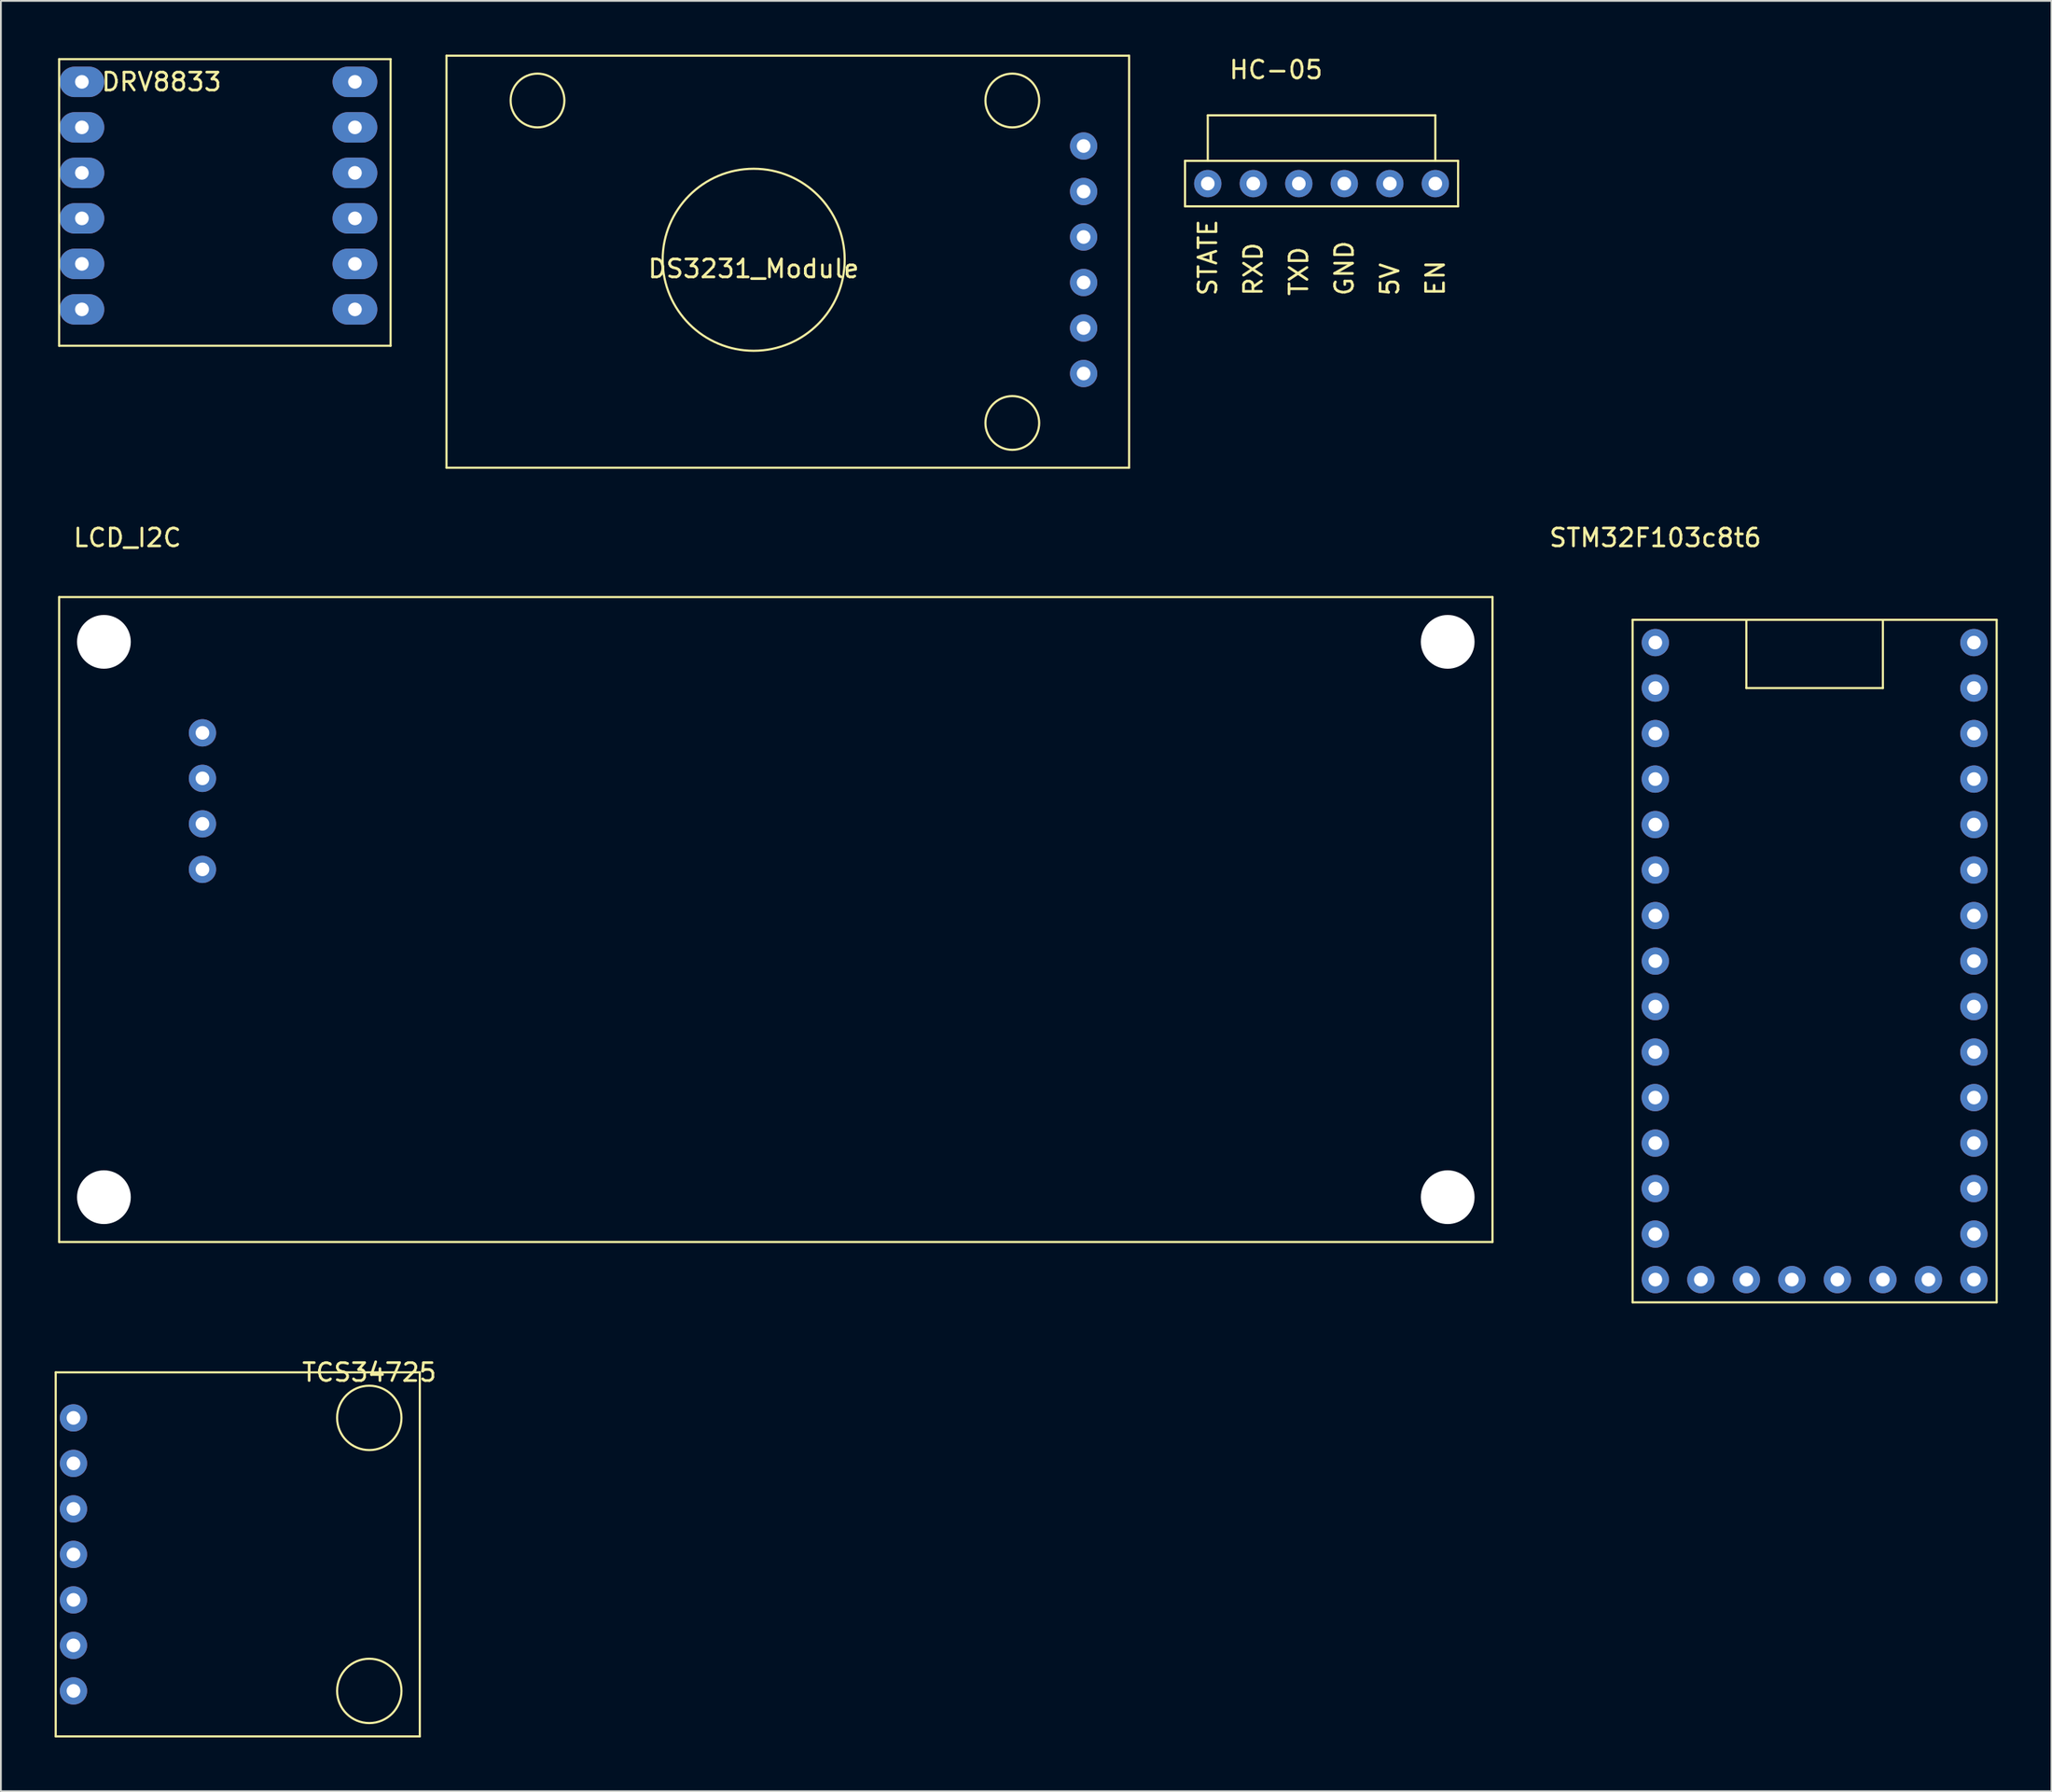
<source format=kicad_pcb>
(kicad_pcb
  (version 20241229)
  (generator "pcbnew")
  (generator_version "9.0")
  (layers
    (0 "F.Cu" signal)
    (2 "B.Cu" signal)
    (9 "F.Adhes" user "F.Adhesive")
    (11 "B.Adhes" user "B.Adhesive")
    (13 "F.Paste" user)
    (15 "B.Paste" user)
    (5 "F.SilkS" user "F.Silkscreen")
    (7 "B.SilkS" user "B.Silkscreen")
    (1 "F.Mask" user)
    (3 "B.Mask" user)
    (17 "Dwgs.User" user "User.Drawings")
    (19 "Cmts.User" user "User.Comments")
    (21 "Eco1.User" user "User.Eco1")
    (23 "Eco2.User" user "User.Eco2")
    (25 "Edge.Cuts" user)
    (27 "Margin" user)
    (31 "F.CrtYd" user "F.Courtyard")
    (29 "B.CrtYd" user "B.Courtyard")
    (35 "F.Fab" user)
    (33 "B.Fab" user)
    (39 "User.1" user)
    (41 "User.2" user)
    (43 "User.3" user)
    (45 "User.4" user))
  (footprint "LCD_I2C"
    (layer "F.Cu")
    (at 0.25 30.278)
    (property "Reference" "LCD_I2C" (at 3.81 -3.31 0) (layer "F.SilkS") (effects (font (size 1 1) (thickness 0.15))))
    (attr through_hole)
    (fp_line (start 0 0) (end 0 36) (stroke (width 0.12) (type solid)) (layer "F.SilkS"))
    (fp_line (start 0 0) (end 80 0) (stroke (width 0.12) (type solid)) (layer "F.SilkS"))
    (fp_line (start 0 36) (end 80 36) (stroke (width 0.12) (type solid)) (layer "F.SilkS"))
    (fp_line (start 80 36) (end 80 0) (stroke (width 0.12) (type solid)) (layer "F.SilkS"))
    (pad "" np_thru_hole circle (at 2.5 2.5) (size 3 3) (drill 3) (layers "*.Cu" "*.Mask"))
    (pad "" np_thru_hole circle (at 2.5 33.5) (size 3 3) (drill 3) (layers "*.Cu" "*.Mask"))
    (pad "" np_thru_hole circle (at 77.5 2.5) (size 3 3) (drill 3) (layers "*.Cu" "*.Mask"))
    (pad "" np_thru_hole circle (at 77.5 33.5) (size 3 3) (drill 3) (layers "*.Cu" "*.Mask"))
    (pad "1" thru_hole circle (at 8 7.58) (size 1.524 1.524) (drill 0.762) (layers "*.Cu" "*.Mask"))
    (pad "2" thru_hole circle (at 8 10.12) (size 1.524 1.524) (drill 0.762) (layers "*.Cu" "*.Mask"))
    (pad "3" thru_hole circle (at 8 12.66) (size 1.524 1.524) (drill 0.762) (layers "*.Cu" "*.Mask"))
    (pad "4" thru_hole circle (at 8 15.2) (size 1.524 1.524) (drill 0.762) (layers "*.Cu" "*.Mask")))
  (footprint "DRV8833"
    (layer "F.Cu")
    (at 0.25 0.25)
    (property "Reference" "DRV8833" (at 5.715 1.27 0) (layer "F.SilkS") (effects (font (size 1 1) (thickness 0.15))))
    (attr through_hole)
    (fp_line (start 0 0) (end 18.5 0) (stroke (width 0.12) (type solid)) (layer "F.SilkS"))
    (fp_line (start 0 16) (end 0 0) (stroke (width 0.12) (type solid)) (layer "F.SilkS"))
    (fp_line (start 18.5 0) (end 18.5 16) (stroke (width 0.12) (type solid)) (layer "F.SilkS"))
    (fp_line (start 18.5 16) (end 0 16) (stroke (width 0.12) (type solid)) (layer "F.SilkS"))
    (pad "1" thru_hole oval (at 1.27 1.27) (size 2.5 1.7) (drill 0.762) (layers "*.Cu" "*.Mask"))
    (pad "2" thru_hole oval (at 1.27 3.81) (size 2.5 1.7) (drill 0.762) (layers "*.Cu" "*.Mask"))
    (pad "3" thru_hole oval (at 1.27 6.35) (size 2.5 1.7) (drill 0.762) (layers "*.Cu" "*.Mask"))
    (pad "4" thru_hole oval (at 1.27 8.89) (size 2.5 1.7) (drill 0.762) (layers "*.Cu" "*.Mask"))
    (pad "5" thru_hole oval (at 1.27 11.43) (size 2.5 1.7) (drill 0.762) (layers "*.Cu" "*.Mask"))
    (pad "6" thru_hole oval (at 1.27 13.97) (size 2.5 1.7) (drill 0.762) (layers "*.Cu" "*.Mask"))
    (pad "7" thru_hole oval (at 16.51 13.97) (size 2.5 1.7) (drill 0.762) (layers "*.Cu" "*.Mask"))
    (pad "8" thru_hole oval (at 16.51 11.43) (size 2.5 1.7) (drill 0.762) (layers "*.Cu" "*.Mask"))
    (pad "9" thru_hole oval (at 16.51 8.89) (size 2.5 1.7) (drill 0.762) (layers "*.Cu" "*.Mask"))
    (pad "10" thru_hole oval (at 16.51 6.35) (size 2.5 1.7) (drill 0.762) (layers "*.Cu" "*.Mask"))
    (pad "11" thru_hole oval (at 16.51 3.81) (size 2.5 1.7) (drill 0.762) (layers "*.Cu" "*.Mask"))
    (pad "12" thru_hole oval (at 16.51 1.27) (size 2.5 1.7) (drill 0.762) (layers "*.Cu" "*.Mask")))
  (footprint "DS3231_Module"
    (layer "F.Cu")
    (at 26.95 2.56)
    (property "Reference" "DS3231_Module" (at 12.065 9.39 0) (layer "F.SilkS") (effects (font (size 1 1) (thickness 0.15))))
    (attr through_hole)
    (fp_line (start -5.08 -2.5) (end -5.08 20.5) (stroke (width 0.12) (type solid)) (layer "F.SilkS"))
    (fp_line (start -5.08 20.5) (end 33.02 20.5) (stroke (width 0.12) (type solid)) (layer "F.SilkS"))
    (fp_line (start 33.02 -2.5) (end -5.08 -2.5) (stroke (width 0.12) (type solid)) (layer "F.SilkS"))
    (fp_line (start 33.02 20.5) (end 33.02 -2.5) (stroke (width 0.12) (type solid)) (layer "F.SilkS"))
    (fp_circle (center 0 0) (end 1.5 0) (stroke (width 0.12) (type solid)) (fill no) (layer "F.SilkS"))
    (fp_circle (center 12.065 8.89) (end 17.145 8.89) (stroke (width 0.12) (type solid)) (fill no) (layer "F.SilkS"))
    (fp_circle (center 26.5 0) (end 28 0) (stroke (width 0.12) (type solid)) (fill no) (layer "F.SilkS"))
    (fp_circle (center 26.5 18) (end 28 18) (stroke (width 0.12) (type solid)) (fill no) (layer "F.SilkS"))
    (pad "1" thru_hole circle (at 30.48 2.54) (size 1.524 1.524) (drill 0.762) (layers "*.Cu" "*.Mask"))
    (pad "2" thru_hole circle (at 30.48 5.08) (size 1.524 1.524) (drill 0.762) (layers "*.Cu" "*.Mask"))
    (pad "3" thru_hole circle (at 30.48 7.62) (size 1.524 1.524) (drill 0.762) (layers "*.Cu" "*.Mask"))
    (pad "4" thru_hole circle (at 30.48 10.16) (size 1.524 1.524) (drill 0.762) (layers "*.Cu" "*.Mask"))
    (pad "5" thru_hole circle (at 30.48 12.7) (size 1.524 1.524) (drill 0.762) (layers "*.Cu" "*.Mask"))
    (pad "6" thru_hole circle (at 30.48 15.24) (size 1.524 1.524) (drill 0.762) (layers "*.Cu" "*.Mask")))
  (footprint "HC-05"
    (layer "F.Cu")
    (at 64.36 7.198)
    (property "Reference" "HC-05" (at 3.81 -6.35 0) (layer "F.SilkS") (effects (font (size 1 1) (thickness 0.15))))
    (attr through_hole)
    (fp_line (start -1.27 -1.27) (end -1.27 1.27) (stroke (width 0.12) (type solid)) (layer "F.SilkS"))
    (fp_line (start -1.27 1.27) (end 13.97 1.27) (stroke (width 0.12) (type solid)) (layer "F.SilkS"))
    (fp_line (start 0 -3.81) (end 12.7 -3.81) (stroke (width 0.12) (type solid)) (layer "F.SilkS"))
    (fp_line (start 0 -1.27) (end 0 -3.81) (stroke (width 0.12) (type solid)) (layer "F.SilkS"))
    (fp_line (start 12.7 -3.81) (end 12.7 -1.27) (stroke (width 0.12) (type solid)) (layer "F.SilkS"))
    (fp_line (start 13.97 -1.27) (end -1.27 -1.27) (stroke (width 0.12) (type solid)) (layer "F.SilkS"))
    (fp_line (start 13.97 1.27) (end 13.97 -1.27) (stroke (width 0.12) (type solid)) (layer "F.SilkS"))
    (fp_text user "STATE" (at 0 6.35 90) (layer "F.SilkS") (effects (font (size 1 1) (thickness 0.15)) (justify left)))
    (fp_text user "5V" (at 10.16 6.35 90) (layer "F.SilkS") (effects (font (size 1 1) (thickness 0.15)) (justify left)))
    (fp_text user "EN" (at 12.7 6.35 90) (layer "F.SilkS") (effects (font (size 1 1) (thickness 0.15)) (justify left)))
    (fp_text user "GND" (at 7.62 6.35 90) (layer "F.SilkS") (effects (font (size 1 1) (thickness 0.15)) (justify left)))
    (fp_text user "RXD" (at 2.54 6.35 90) (layer "F.SilkS") (effects (font (size 1 1) (thickness 0.15)) (justify left)))
    (fp_text user "TXD" (at 5.08 6.35 90) (layer "F.SilkS") (effects (font (size 1 1) (thickness 0.15)) (justify left)))
    (pad "1" thru_hole circle (at 0 0) (size 1.524 1.524) (drill 0.762) (layers "*.Cu" "*.Mask"))
    (pad "2" thru_hole circle (at 2.54 0) (size 1.524 1.524) (drill 0.762) (layers "*.Cu" "*.Mask"))
    (pad "3" thru_hole circle (at 5.08 0) (size 1.524 1.524) (drill 0.762) (layers "*.Cu" "*.Mask"))
    (pad "4" thru_hole circle (at 7.62 0) (size 1.524 1.524) (drill 0.762) (layers "*.Cu" "*.Mask"))
    (pad "5" thru_hole circle (at 10.16 0) (size 1.524 1.524) (drill 0.762) (layers "*.Cu" "*.Mask"))
    (pad "6" thru_hole circle (at 12.7 0) (size 1.524 1.524) (drill 0.762) (layers "*.Cu" "*.Mask")))
  (footprint "STM32F103c8t6"
    (layer "F.Cu")
    (at 89.34 32.818)
    (property "Reference" "STM32F103c8t6" (at 0 -5.85 0) (layer "F.SilkS") (effects (font (size 1 1) (thickness 0.15))))
    (attr through_hole)
    (fp_line (start -1.27 -1.27) (end 19.05 -1.27) (stroke (width 0.12) (type solid)) (layer "F.SilkS"))
    (fp_line (start -1.27 36.83) (end -1.27 -1.27) (stroke (width 0.12) (type solid)) (layer "F.SilkS"))
    (fp_line (start 5.08 2.54) (end 5.08 -1.27) (stroke (width 0.12) (type solid)) (layer "F.SilkS"))
    (fp_line (start 12.7 -1.27) (end 12.7 2.54) (stroke (width 0.12) (type solid)) (layer "F.SilkS"))
    (fp_line (start 12.7 2.54) (end 5.08 2.54) (stroke (width 0.12) (type solid)) (layer "F.SilkS"))
    (fp_line (start 19.05 -1.27) (end 19.05 36.83) (stroke (width 0.12) (type solid)) (layer "F.SilkS"))
    (fp_line (start 19.05 36.83) (end -1.27 36.83) (stroke (width 0.12) (type solid)) (layer "F.SilkS"))
    (pad "1" thru_hole circle (at 0 0) (size 1.524 1.524) (drill 0.762) (layers "*.Cu" "*.Mask"))
    (pad "2" thru_hole circle (at 0 2.54) (size 1.524 1.524) (drill 0.762) (layers "*.Cu" "*.Mask"))
    (pad "3" thru_hole circle (at 0 5.08) (size 1.524 1.524) (drill 0.762) (layers "*.Cu" "*.Mask"))
    (pad "4" thru_hole circle (at 0 7.62) (size 1.524 1.524) (drill 0.762) (layers "*.Cu" "*.Mask"))
    (pad "5" thru_hole circle (at 0 10.16) (size 1.524 1.524) (drill 0.762) (layers "*.Cu" "*.Mask"))
    (pad "6" thru_hole circle (at 0 12.7) (size 1.524 1.524) (drill 0.762) (layers "*.Cu" "*.Mask"))
    (pad "7" thru_hole circle (at 0 15.24) (size 1.524 1.524) (drill 0.762) (layers "*.Cu" "*.Mask"))
    (pad "8" thru_hole circle (at 0 17.78) (size 1.524 1.524) (drill 0.762) (layers "*.Cu" "*.Mask"))
    (pad "9" thru_hole circle (at 0 20.32) (size 1.524 1.524) (drill 0.762) (layers "*.Cu" "*.Mask"))
    (pad "10" thru_hole circle (at 0 22.86) (size 1.524 1.524) (drill 0.762) (layers "*.Cu" "*.Mask"))
    (pad "11" thru_hole circle (at 0 25.4) (size 1.524 1.524) (drill 0.762) (layers "*.Cu" "*.Mask"))
    (pad "12" thru_hole circle (at 0 27.94) (size 1.524 1.524) (drill 0.762) (layers "*.Cu" "*.Mask"))
    (pad "13" thru_hole circle (at 0 30.48) (size 1.524 1.524) (drill 0.762) (layers "*.Cu" "*.Mask"))
    (pad "14" thru_hole circle (at 0 33.02) (size 1.524 1.524) (drill 0.762) (layers "*.Cu" "*.Mask"))
    (pad "15" thru_hole circle (at 0 35.56) (size 1.524 1.524) (drill 0.762) (layers "*.Cu" "*.Mask"))
    (pad "16" thru_hole circle (at 2.54 35.56) (size 1.524 1.524) (drill 0.762) (layers "*.Cu" "*.Mask"))
    (pad "17" thru_hole circle (at 5.08 35.56) (size 1.524 1.524) (drill 0.762) (layers "*.Cu" "*.Mask"))
    (pad "18" thru_hole circle (at 7.62 35.56) (size 1.524 1.524) (drill 0.762) (layers "*.Cu" "*.Mask"))
    (pad "19" thru_hole circle (at 10.16 35.56) (size 1.524 1.524) (drill 0.762) (layers "*.Cu" "*.Mask"))
    (pad "20" thru_hole circle (at 12.7 35.56) (size 1.524 1.524) (drill 0.762) (layers "*.Cu" "*.Mask"))
    (pad "21" thru_hole circle (at 15.24 35.56) (size 1.524 1.524) (drill 0.762) (layers "*.Cu" "*.Mask"))
    (pad "22" thru_hole circle (at 17.78 35.56) (size 1.524 1.524) (drill 0.762) (layers "*.Cu" "*.Mask"))
    (pad "23" thru_hole circle (at 17.78 33.02) (size 1.524 1.524) (drill 0.762) (layers "*.Cu" "*.Mask"))
    (pad "24" thru_hole circle (at 17.78 30.48) (size 1.524 1.524) (drill 0.762) (layers "*.Cu" "*.Mask"))
    (pad "25" thru_hole circle (at 17.78 27.94) (size 1.524 1.524) (drill 0.762) (layers "*.Cu" "*.Mask"))
    (pad "26" thru_hole circle (at 17.78 25.4) (size 1.524 1.524) (drill 0.762) (layers "*.Cu" "*.Mask"))
    (pad "27" thru_hole circle (at 17.78 22.86) (size 1.524 1.524) (drill 0.762) (layers "*.Cu" "*.Mask"))
    (pad "28" thru_hole circle (at 17.78 20.32) (size 1.524 1.524) (drill 0.762) (layers "*.Cu" "*.Mask"))
    (pad "29" thru_hole circle (at 17.78 17.78) (size 1.524 1.524) (drill 0.762) (layers "*.Cu" "*.Mask"))
    (pad "30" thru_hole circle (at 17.78 15.24) (size 1.524 1.524) (drill 0.762) (layers "*.Cu" "*.Mask"))
    (pad "31" thru_hole circle (at 17.78 12.7) (size 1.524 1.524) (drill 0.762) (layers "*.Cu" "*.Mask"))
    (pad "32" thru_hole circle (at 17.78 10.16) (size 1.524 1.524) (drill 0.762) (layers "*.Cu" "*.Mask"))
    (pad "33" thru_hole circle (at 17.78 7.62) (size 1.524 1.524) (drill 0.762) (layers "*.Cu" "*.Mask"))
    (pad "34" thru_hole circle (at 17.78 5.08) (size 1.524 1.524) (drill 0.762) (layers "*.Cu" "*.Mask"))
    (pad "35" thru_hole circle (at 17.78 2.54) (size 1.524 1.524) (drill 0.762) (layers "*.Cu" "*.Mask"))
    (pad "36" thru_hole circle (at 17.78 0) (size 1.524 1.524) (drill 0.762) (layers "*.Cu" "*.Mask")))
  (footprint "TCS34725"
    (layer "F.Cu")
    (at 1.051 76.097)
    (property "Reference" "TCS34725" (at 16.51 -2.54 0) (layer "F.SilkS") (effects (font (size 1 1) (thickness 0.15))))
    (attr through_hole)
    (fp_line (start -0.991 -2.54) (end -0.991 17.78) (stroke (width 0.12) (type solid)) (layer "F.SilkS"))
    (fp_line (start -0.991 17.78) (end 19.329 17.78) (stroke (width 0.12) (type solid)) (layer "F.SilkS"))
    (fp_line (start 19.329 -2.54) (end -0.991 -2.54) (stroke (width 0.12) (type solid)) (layer "F.SilkS"))
    (fp_line (start 19.329 17.78) (end 19.329 -2.54) (stroke (width 0.12) (type solid)) (layer "F.SilkS"))
    (fp_circle (center 16.51 0) (end 17.78 -1.27) (stroke (width 0.12) (type solid)) (fill no) (layer "F.SilkS"))
    (fp_circle (center 16.51 15.24) (end 17.78 13.97) (stroke (width 0.12) (type solid)) (fill no) (layer "F.SilkS"))
    (pad "1" thru_hole circle (at 0 0) (size 1.524 1.524) (drill 0.762) (layers "*.Cu" "*.Mask"))
    (pad "2" thru_hole circle (at 0 2.54) (size 1.524 1.524) (drill 0.762) (layers "*.Cu" "*.Mask"))
    (pad "3" thru_hole circle (at 0 5.08) (size 1.524 1.524) (drill 0.762) (layers "*.Cu" "*.Mask"))
    (pad "4" thru_hole circle (at 0 7.62) (size 1.524 1.524) (drill 0.762) (layers "*.Cu" "*.Mask"))
    (pad "5" thru_hole circle (at 0 10.16) (size 1.524 1.524) (drill 0.762) (layers "*.Cu" "*.Mask"))
    (pad "6" thru_hole circle (at 0 12.7) (size 1.524 1.524) (drill 0.762) (layers "*.Cu" "*.Mask"))
    (pad "7" thru_hole circle (at 0 15.24) (size 1.524 1.524) (drill 0.762) (layers "*.Cu" "*.Mask")))
  (gr_rect
    (start -3 -3)
    (end 111.45 96.936)
    (stroke (width 0.1) (type default))
    (fill no)
    (layer "Edge.Cuts")))
</source>
